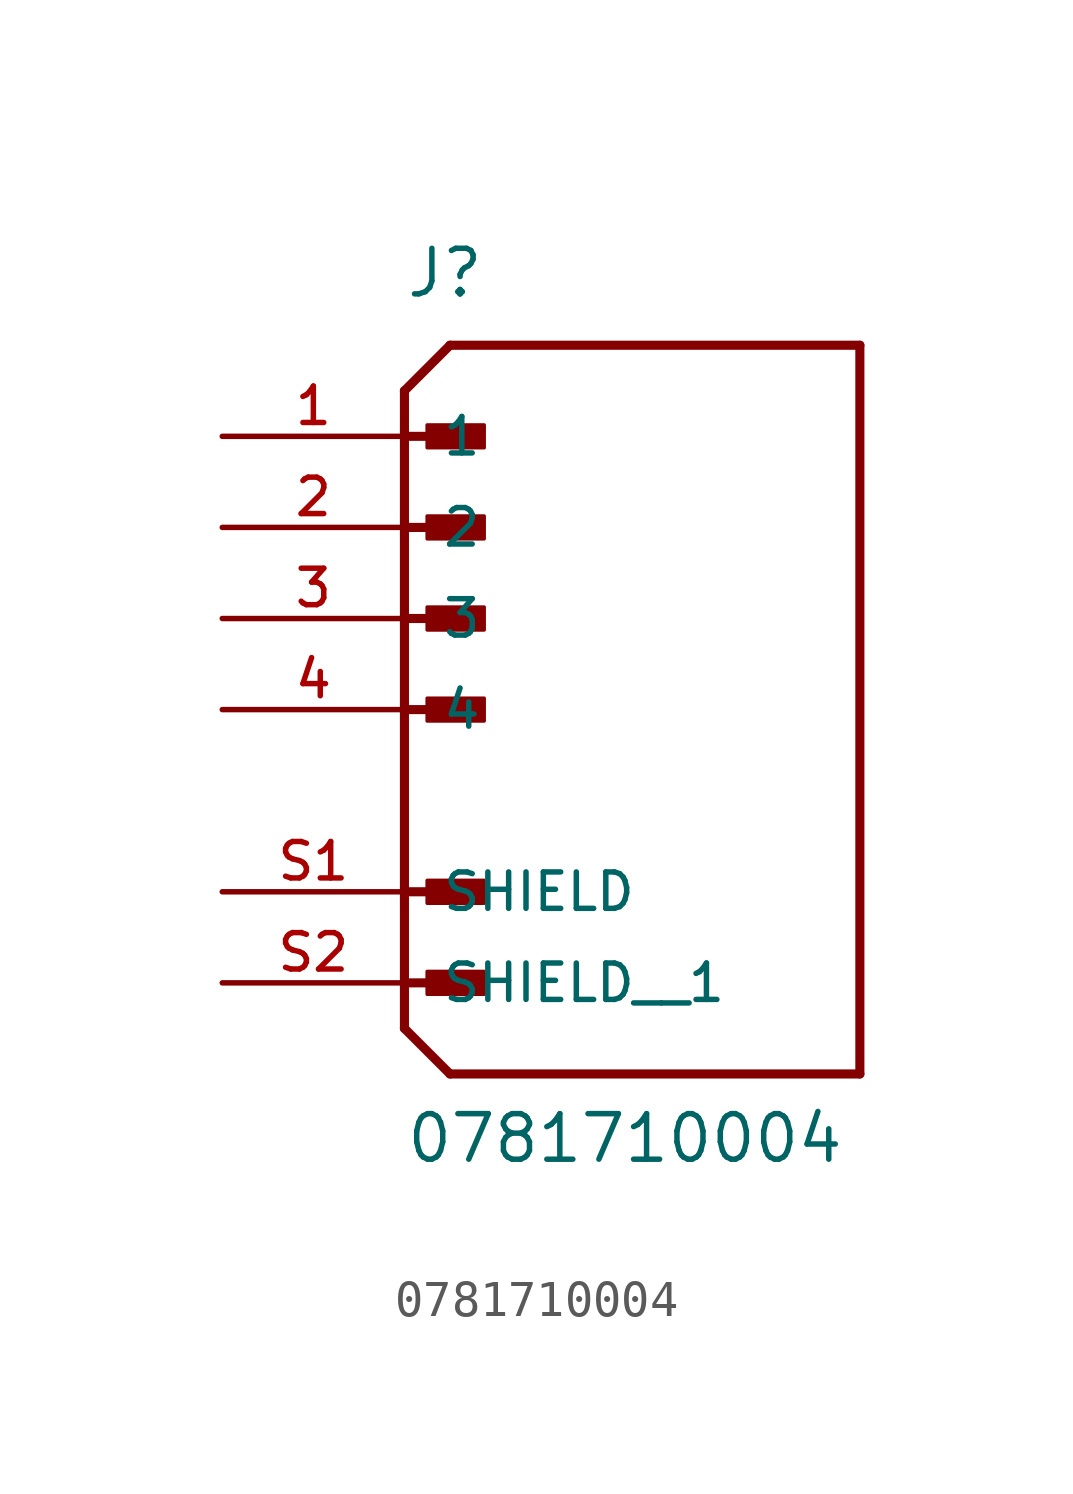
<source format=kicad_sym>
(kicad_symbol_lib
  (version 20211014)
  (generator kicad_symbol_editor)
  (symbol "0781710004"
    (pin_names
      (offset 1.016))
    (property "Reference" "J"
      (at 0.0 8.89 0)
      (effects (font (size 1.27 1.27)) (justify bottom left)))
    (property "Value" "0781710004"
      (at 0.0 -15.24 0)
      (effects (font (size 1.27 1.27)) (justify bottom left)))
    (symbol "0781710004_0_0"
      (polyline (pts (xy 0.0 6.35) (xy 1.27 7.62)) (stroke (width 0.254)))
      (polyline (pts (xy 0.0 6.35) (xy 0.0 5.08)) (stroke (width 0.254)))
      (polyline (pts (xy 0.0 5.08) (xy 0.0 -11.43)) (stroke (width 0.254)))
      (polyline (pts (xy 0.0 -11.43) (xy 1.27 -12.7)) (stroke (width 0.254)))
      (polyline (pts (xy 1.27 -12.7) (xy 12.7 -12.7)) (stroke (width 0.254)))
      (polyline (pts (xy 12.7 -12.7) (xy 12.7 7.62)) (stroke (width 0.254)))
      (polyline (pts (xy 12.7 7.62) (xy 1.27 7.62)) (stroke (width 0.254)))
      (polyline (pts (xy 0.0 5.08) (xy 1.905 5.08)) (stroke (width 0.254)))
      (polyline (pts (xy 0.0 2.54) (xy 1.905 2.54)) (stroke (width 0.254)))
      (polyline (pts (xy 0.0 0.0) (xy 1.905 0.0)) (stroke (width 0.254)))
      (polyline (pts (xy 0.0 -2.54) (xy 1.905 -2.54)) (stroke (width 0.254)))
      (polyline (pts (xy 0.0 -7.62) (xy 1.905 -7.62)) (stroke (width 0.254)))
      (rectangle (start 0.635 4.763) (end 2.223 5.397) (stroke (width 0.1)) (fill (type outline)))
      (rectangle (start 0.635 2.223) (end 2.223 2.857) (stroke (width 0.1)) (fill (type outline)))
      (rectangle (start 0.635 -0.318) (end 2.223 0.318) (stroke (width 0.1)) (fill (type outline)))
      (rectangle (start 0.635 -2.857) (end 2.223 -2.223) (stroke (width 0.1)) (fill (type outline)))
      (rectangle (start 0.635 -7.938) (end 2.223 -7.303) (stroke (width 0.1)) (fill (type outline)))
      (polyline (pts (xy 0.0 -10.16) (xy 1.905 -10.16)) (stroke (width 0.254)))
      (rectangle (start 0.635 -10.477) (end 2.223 -9.842) (stroke (width 0.1)) (fill (type outline)))
      (pin passive line (at -5.08 5.08 0) (length 5.08) (name "1" (effects (font (size 1.016 1.016)))) (number "1" (effects (font (size 1.016 1.016)))))
      (pin passive line (at -5.08 2.54 0) (length 5.08) (name "2" (effects (font (size 1.016 1.016)))) (number "2" (effects (font (size 1.016 1.016)))))
      (pin passive line (at -5.08 0.0 0) (length 5.08) (name "3" (effects (font (size 1.016 1.016)))) (number "3" (effects (font (size 1.016 1.016)))))
      (pin passive line (at -5.08 -2.54 0) (length 5.08) (name "4" (effects (font (size 1.016 1.016)))) (number "4" (effects (font (size 1.016 1.016)))))
      (pin passive line (at -5.08 -7.62 0) (length 5.08) (name "SHIELD" (effects (font (size 1.016 1.016)))) (number "S1" (effects (font (size 1.016 1.016)))))
      (pin passive line (at -5.08 -10.16 0) (length 5.08) (name "SHIELD__1" (effects (font (size 1.016 1.016)))) (number "S2" (effects (font (size 1.016 1.016))))))))
</source>
